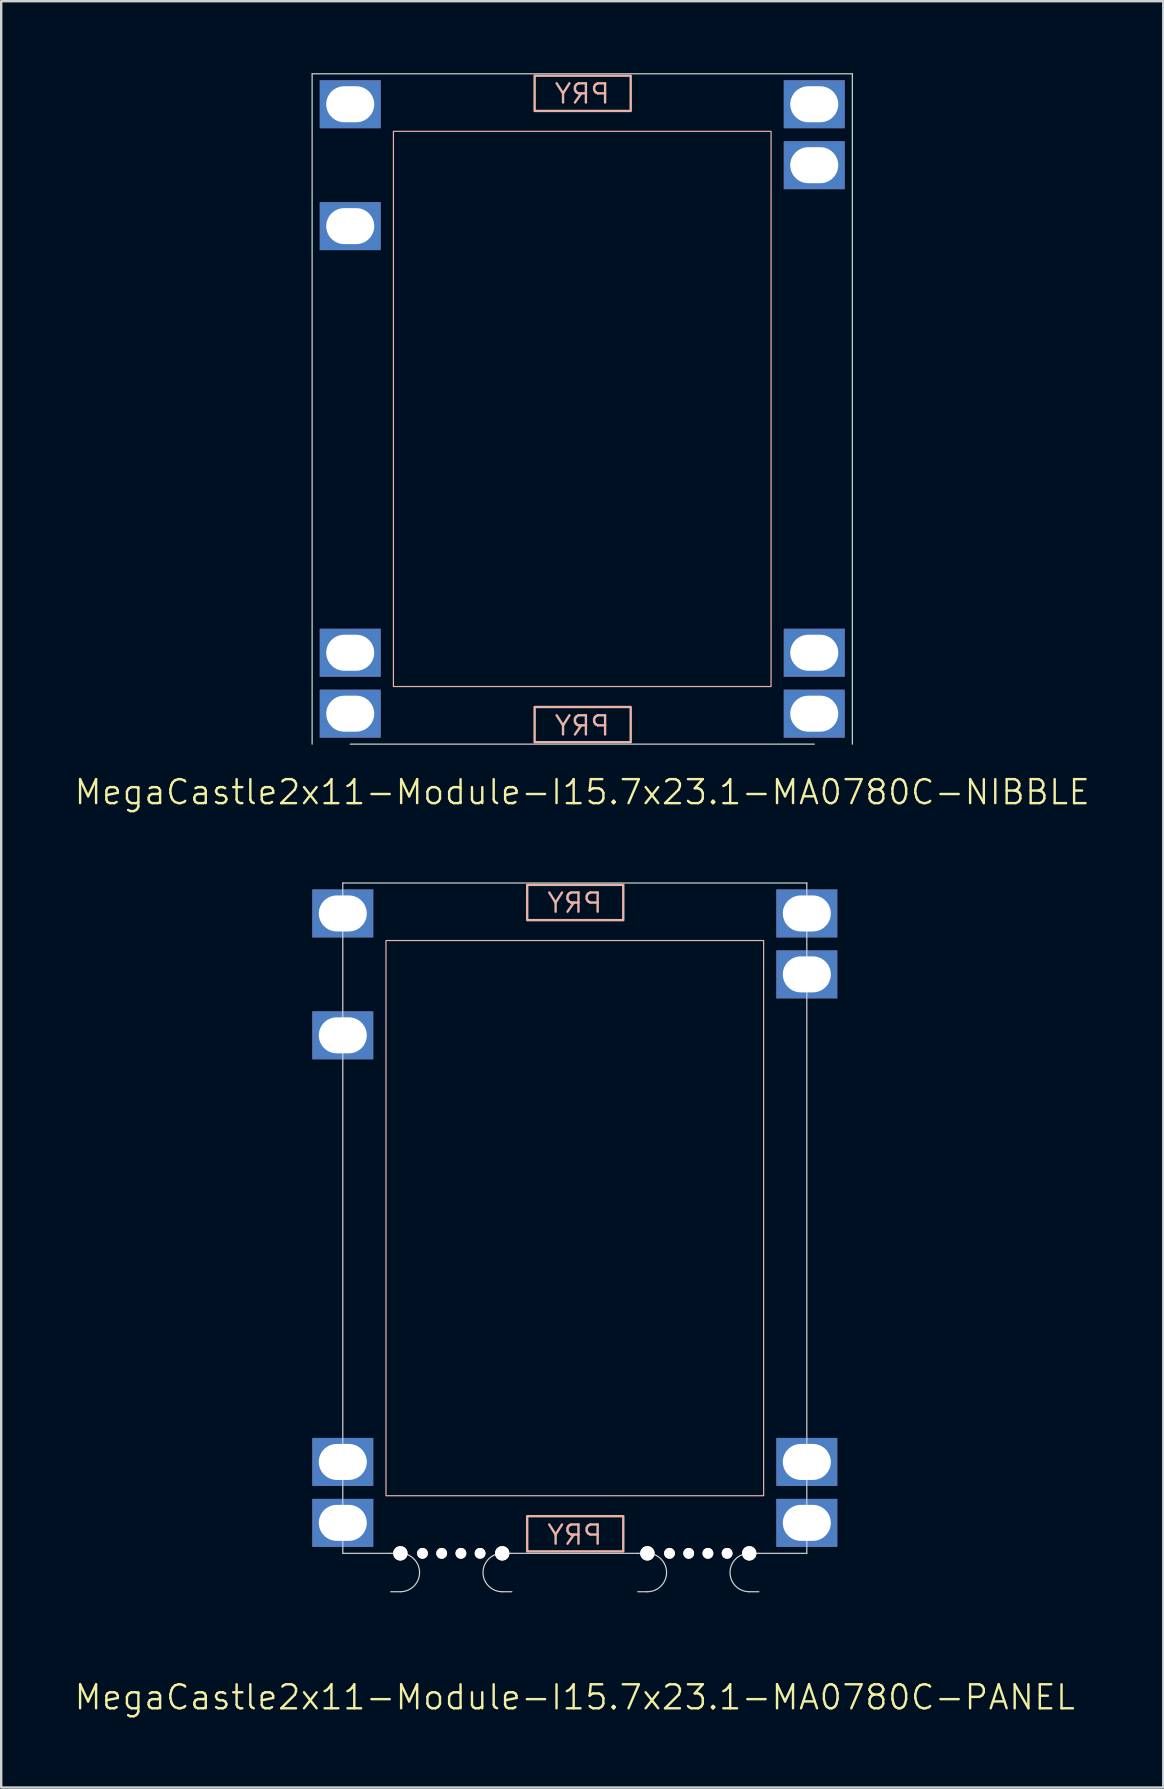
<source format=kicad_pcb>
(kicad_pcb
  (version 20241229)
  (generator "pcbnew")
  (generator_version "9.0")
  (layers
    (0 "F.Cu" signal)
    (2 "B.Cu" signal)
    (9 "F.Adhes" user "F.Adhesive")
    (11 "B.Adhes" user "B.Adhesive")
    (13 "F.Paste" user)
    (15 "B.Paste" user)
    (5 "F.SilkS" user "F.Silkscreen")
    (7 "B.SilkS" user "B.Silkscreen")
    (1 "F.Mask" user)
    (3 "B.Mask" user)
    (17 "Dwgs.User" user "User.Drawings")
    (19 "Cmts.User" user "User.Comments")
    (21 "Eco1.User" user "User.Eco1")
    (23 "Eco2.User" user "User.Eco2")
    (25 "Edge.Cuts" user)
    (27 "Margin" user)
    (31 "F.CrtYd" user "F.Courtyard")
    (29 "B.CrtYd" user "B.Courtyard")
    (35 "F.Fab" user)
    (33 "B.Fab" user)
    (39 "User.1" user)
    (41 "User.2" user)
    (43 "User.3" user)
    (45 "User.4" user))
  (footprint "MegaCastle2x11-Module-I15.7x23.1-MA0780C-PANEL"
    (layer "F.Cu")
    (at 20.907 47.721)
    (property "Reference" "MegaCastle2x11-Module-I15.7x23.1-MA0780C-PANEL" (at 0 19.97 0) (unlocked yes) (layer "F.SilkS") (effects (font (size 1 1) (thickness 0.1))))
    (attr smd)
    (fp_rect (start -7.87 11.57) (end 7.87 -11.57) (stroke (width 0.05) (type default)) (fill no) (layer "B.SilkS"))
    (fp_rect (start -1.984 -12.421) (end 2.02 -13.89) (stroke (width 0.1) (type default)) (fill no) (layer "B.SilkS"))
    (fp_rect (start -1.984 12.421) (end 2.02 13.89) (stroke (width 0.1) (type default)) (fill no) (layer "B.SilkS"))
    (fp_line (start -9.67 -13.97) (end -9.67 13.97) (stroke (width 0.05) (type default)) (layer "Edge.Cuts"))
    (fp_line (start -9.67 -13.97) (end 9.67 -13.97) (stroke (width 0.05) (type default)) (layer "Edge.Cuts"))
    (fp_line (start -9.67 13.97) (end -7.67 13.97) (stroke (width 0.05) (type default)) (layer "Edge.Cuts"))
    (fp_line (start -7.67 13.97) (end -7.27 13.97) (stroke (width 0.05) (type default)) (layer "Edge.Cuts"))
    (fp_line (start -7.67 15.57) (end -7.27 15.57) (stroke (width 0.05) (type default)) (layer "Edge.Cuts"))
    (fp_line (start -2.625 13.97) (end -3.025 13.97) (stroke (width 0.05) (type default)) (layer "Edge.Cuts"))
    (fp_line (start -2.625 13.97) (end 2.625 13.97) (stroke (width 0.05) (type default)) (layer "Edge.Cuts"))
    (fp_line (start -2.625 15.57) (end -3.025 15.57) (stroke (width 0.05) (type default)) (layer "Edge.Cuts"))
    (fp_line (start 2.625 13.97) (end 3.025 13.97) (stroke (width 0.05) (type default)) (layer "Edge.Cuts"))
    (fp_line (start 2.625 15.57) (end 3.025 15.57) (stroke (width 0.05) (type default)) (layer "Edge.Cuts"))
    (fp_line (start 7.67 13.97) (end 7.27 13.97) (stroke (width 0.05) (type default)) (layer "Edge.Cuts"))
    (fp_line (start 7.67 13.97) (end 9.67 13.97) (stroke (width 0.05) (type default)) (layer "Edge.Cuts"))
    (fp_line (start 7.67 15.57) (end 7.27 15.57) (stroke (width 0.05) (type default)) (layer "Edge.Cuts"))
    (fp_line (start 9.67 -13.97) (end 9.67 13.97) (stroke (width 0.05) (type default)) (layer "Edge.Cuts"))
    (fp_arc (start -7.27 13.97) (mid -6.47 14.77) (end -7.27 15.57) (stroke (width 0.05) (type default)) (layer "Edge.Cuts"))
    (fp_arc (start -3.025 15.57) (mid -3.825 14.77) (end -3.025 13.97) (stroke (width 0.05) (type default)) (layer "Edge.Cuts"))
    (fp_arc (start 3.025 13.97) (mid 3.825 14.77) (end 3.025 15.57) (stroke (width 0.05) (type default)) (layer "Edge.Cuts"))
    (fp_arc (start 7.27 15.57) (mid 6.47 14.77) (end 7.27 13.97) (stroke (width 0.05) (type default)) (layer "Edge.Cuts"))
    (fp_text user "PRY" (at 0 13.67 0) (unlocked yes) (layer "B.SilkS") (effects (font (size 0.8 0.8) (thickness 0.1)) (justify bottom mirror)))
    (fp_text user "PRY" (at 0 -12.67 0) (unlocked yes) (layer "B.SilkS") (effects (font (size 0.8 0.8) (thickness 0.1)) (justify bottom mirror)))
    (pad "" np_thru_hole circle (at -7.27 13.97) (size 0.6 0.6) (drill 0.6) (layers "*.Cu" "Edge.Cuts"))
    (pad "" np_thru_hole circle (at -6.348 13.97) (size 0.45 0.45) (drill 0.45) (layers "*.Cu" "Edge.Cuts"))
    (pad "" np_thru_hole circle (at -5.548 13.97) (size 0.45 0.45) (drill 0.45) (layers "*.Cu" "Edge.Cuts"))
    (pad "" np_thru_hole circle (at -4.747 13.97) (size 0.45 0.45) (drill 0.45) (layers "*.Cu" "Edge.Cuts"))
    (pad "" np_thru_hole circle (at -3.947 13.97) (size 0.45 0.45) (drill 0.45) (layers "*.Cu" "Edge.Cuts"))
    (pad "" np_thru_hole circle (at -3.025 13.97) (size 0.6 0.6) (drill 0.6) (layers "*.Cu" "Edge.Cuts"))
    (pad "" np_thru_hole circle (at 3.025 13.97) (size 0.6 0.6) (drill 0.6) (layers "*.Cu" "Edge.Cuts"))
    (pad "" np_thru_hole circle (at 3.947 13.97) (size 0.45 0.45) (drill 0.45) (layers "*.Cu" "Edge.Cuts"))
    (pad "" np_thru_hole circle (at 4.747 13.97) (size 0.45 0.45) (drill 0.45) (layers "*.Cu" "Edge.Cuts"))
    (pad "" np_thru_hole circle (at 5.548 13.97) (size 0.45 0.45) (drill 0.45) (layers "*.Cu" "Edge.Cuts"))
    (pad "" np_thru_hole circle (at 6.348 13.97) (size 0.45 0.45) (drill 0.45) (layers "*.Cu" "Edge.Cuts"))
    (pad "" np_thru_hole circle (at 7.27 13.97) (size 0.6 0.6) (drill 0.6) (layers "*.Cu" "Edge.Cuts"))
    (pad "1" thru_hole rect (at -9.67 -12.7) (size 2.54 2) (drill oval 2 1.5) (property pad_prop_castellated) (layers "*.Cu" "*.Mask"))
    (pad "3" thru_hole rect (at -9.67 -7.62) (size 2.54 2) (drill oval 2 1.5) (property pad_prop_castellated) (layers "*.Cu" "*.Mask"))
    (pad "10" thru_hole rect (at -9.67 10.16) (size 2.54 2) (drill oval 2 1.5) (property pad_prop_castellated) (layers "*.Cu" "*.Mask"))
    (pad "11" thru_hole rect (at -9.67 12.7) (size 2.54 2) (drill oval 2 1.5) (property pad_prop_castellated) (layers "*.Cu" "*.Mask"))
    (pad "12" thru_hole rect (at 9.67 -12.7) (size 2.54 2) (drill oval 2 1.5) (property pad_prop_castellated) (layers "*.Cu" "*.Mask"))
    (pad "13" thru_hole rect (at 9.67 -10.16) (size 2.54 2) (drill oval 2 1.5) (property pad_prop_castellated) (layers "*.Cu" "*.Mask"))
    (pad "21" thru_hole rect (at 9.67 10.16) (size 2.54 2) (drill oval 2 1.5) (property pad_prop_castellated) (layers "*.Cu" "*.Mask"))
    (pad "22" thru_hole rect (at 9.67 12.7) (size 2.54 2) (drill oval 2 1.5) (property pad_prop_castellated) (layers "*.Cu" "*.Mask"))
    (zone (net_name "") (layer "B.Cu") (hatch edge 0.5) (connect_pads) (min_thickness 0.25) (filled_areas_thickness no) (keepout (tracks allowed) (vias allowed) (pads allowed) (copperpour allowed) (footprints not_allowed)) (placement (enabled no)) (fill) (polygon (pts (xy 11.237 61.691) (xy 11.237 33.751) (xy 13.037 33.751) (xy 13.037 61.691))))
    (zone (net_name "") (layer "B.Cu") (hatch edge 0.5) (connect_pads) (min_thickness 0.25) (filled_areas_thickness no) (keepout (tracks allowed) (vias allowed) (pads allowed) (copperpour allowed) (footprints not_allowed)) (placement (enabled no)) (fill) (polygon (pts (xy 13.037 33.751) (xy 13.037 36.151) (xy 28.777 36.151) (xy 28.777 33.751))))
    (zone (net_name "") (layer "B.Cu") (hatch edge 0.5) (connect_pads) (min_thickness 0.25) (filled_areas_thickness no) (keepout (tracks allowed) (vias allowed) (pads allowed) (copperpour allowed) (footprints not_allowed)) (placement (enabled no)) (fill) (polygon (pts (xy 13.037 61.691) (xy 13.037 59.291) (xy 28.777 59.291) (xy 28.777 61.691))))
    (zone (net_name "") (layer "B.Cu") (name "Upper Pry Zone") (hatch edge 0.5) (connect_pads) (min_thickness 0.25) (filled_areas_thickness no) (keepout (tracks not_allowed) (vias not_allowed) (pads not_allowed) (copperpour allowed) (footprints not_allowed)) (placement (enabled no)) (fill) (polygon (pts (xy 18.923 35.299) (xy 18.923 33.831) (xy 22.927 33.831) (xy 22.927 35.299))))
    (zone (net_name "") (layer "B.Cu") (name "Upper Pry Zone") (hatch edge 0.5) (connect_pads) (min_thickness 0.25) (filled_areas_thickness no) (keepout (tracks not_allowed) (vias not_allowed) (pads not_allowed) (copperpour allowed) (footprints not_allowed)) (placement (enabled no)) (fill) (polygon (pts (xy 18.923 60.142) (xy 18.923 61.611) (xy 22.927 61.611) (xy 22.927 60.142))))
    (zone (net_name "") (layer "B.Cu") (hatch edge 0.5) (connect_pads) (min_thickness 0.25) (filled_areas_thickness no) (keepout (tracks allowed) (vias allowed) (pads allowed) (copperpour allowed) (footprints not_allowed)) (placement (enabled no)) (fill) (polygon (pts (xy 30.577 61.691) (xy 30.577 33.751) (xy 28.777 33.751) (xy 28.777 61.691)))))
  (footprint "MegaCastle2x11-Module-I15.7x23.1-MA0780C-NIBBLE"
    (layer "F.Cu")
    (at 21.217 13.995)
    (property "Reference" "MegaCastle2x11-Module-I15.7x23.1-MA0780C-NIBBLE" (at 0 15.97 0) (unlocked yes) (layer "F.SilkS") (effects (font (size 1 1) (thickness 0.1))))
    (attr smd)
    (fp_rect (start -7.87 11.57) (end 7.87 -11.57) (stroke (width 0.05) (type default)) (fill no) (layer "B.SilkS"))
    (fp_rect (start -1.984 -12.421) (end 2.02 -13.89) (stroke (width 0.1) (type default)) (fill no) (layer "B.SilkS"))
    (fp_rect (start -1.984 12.421) (end 2.02 13.89) (stroke (width 0.1) (type default)) (fill no) (layer "B.SilkS"))
    (fp_line (start -11.258 -13.97) (end -11.258 13.97) (stroke (width 0.05) (type default)) (layer "Edge.Cuts"))
    (fp_line (start -11.258 -13.97) (end 11.258 -13.97) (stroke (width 0.05) (type default)) (layer "Edge.Cuts"))
    (fp_line (start -9.67 13.97) (end 9.67 13.97) (stroke (width 0.05) (type default)) (layer "Edge.Cuts"))
    (fp_line (start 11.258 -13.97) (end 11.258 13.97) (stroke (width 0.05) (type default)) (layer "Edge.Cuts"))
    (fp_text user "PRY" (at 0 13.67 0) (unlocked yes) (layer "B.SilkS") (effects (font (size 0.8 0.8) (thickness 0.1)) (justify bottom mirror)))
    (fp_text user "PRY" (at 0 -12.67 0) (unlocked yes) (layer "B.SilkS") (effects (font (size 0.8 0.8) (thickness 0.1)) (justify bottom mirror)))
    (pad "1" thru_hole rect (at -9.67 -12.7) (size 2.54 2) (drill oval 2 1.5) (property pad_prop_castellated) (layers "*.Cu" "*.Mask"))
    (pad "3" thru_hole rect (at -9.67 -7.62) (size 2.54 2) (drill oval 2 1.5) (property pad_prop_castellated) (layers "*.Cu" "*.Mask"))
    (pad "10" thru_hole rect (at -9.67 10.16) (size 2.54 2) (drill oval 2 1.5) (property pad_prop_castellated) (layers "*.Cu" "*.Mask"))
    (pad "11" thru_hole rect (at -9.67 12.7) (size 2.54 2) (drill oval 2 1.5) (property pad_prop_castellated) (layers "*.Cu" "*.Mask"))
    (pad "12" thru_hole rect (at 9.67 -12.7) (size 2.54 2) (drill oval 2 1.5) (property pad_prop_castellated) (layers "*.Cu" "*.Mask"))
    (pad "13" thru_hole rect (at 9.67 -10.16) (size 2.54 2) (drill oval 2 1.5) (property pad_prop_castellated) (layers "*.Cu" "*.Mask"))
    (pad "21" thru_hole rect (at 9.67 10.16) (size 2.54 2) (drill oval 2 1.5) (property pad_prop_castellated) (layers "*.Cu" "*.Mask"))
    (pad "22" thru_hole rect (at 9.67 12.7) (size 2.54 2) (drill oval 2 1.5) (property pad_prop_castellated) (layers "*.Cu" "*.Mask"))
    (zone (net_name "") (layer "B.Cu") (hatch edge 0.5) (connect_pads) (min_thickness 0.25) (filled_areas_thickness no) (keepout (tracks allowed) (vias allowed) (pads allowed) (copperpour allowed) (footprints not_allowed)) (placement (enabled no)) (fill) (polygon (pts (xy 11.547 27.965) (xy 11.547 0.025) (xy 13.347 0.025) (xy 13.347 27.965))))
    (zone (net_name "") (layer "B.Cu") (hatch edge 0.5) (connect_pads) (min_thickness 0.25) (filled_areas_thickness no) (keepout (tracks allowed) (vias allowed) (pads allowed) (copperpour allowed) (footprints not_allowed)) (placement (enabled no)) (fill) (polygon (pts (xy 13.347 0.025) (xy 13.347 2.425) (xy 29.087 2.425) (xy 29.087 0.025))))
    (zone (net_name "") (layer "B.Cu") (hatch edge 0.5) (connect_pads) (min_thickness 0.25) (filled_areas_thickness no) (keepout (tracks allowed) (vias allowed) (pads allowed) (copperpour allowed) (footprints not_allowed)) (placement (enabled no)) (fill) (polygon (pts (xy 13.347 27.965) (xy 13.347 25.565) (xy 29.087 25.565) (xy 29.087 27.965))))
    (zone (net_name "") (layer "B.Cu") (name "Upper Pry Zone") (hatch edge 0.5) (connect_pads) (min_thickness 0.25) (filled_areas_thickness no) (keepout (tracks not_allowed) (vias not_allowed) (pads not_allowed) (copperpour allowed) (footprints not_allowed)) (placement (enabled no)) (fill) (polygon (pts (xy 19.232 1.574) (xy 19.232 0.105) (xy 23.236 0.105) (xy 23.236 1.574))))
    (zone (net_name "") (layer "B.Cu") (name "Upper Pry Zone") (hatch edge 0.5) (connect_pads) (min_thickness 0.25) (filled_areas_thickness no) (keepout (tracks not_allowed) (vias not_allowed) (pads not_allowed) (copperpour allowed) (footprints not_allowed)) (placement (enabled no)) (fill) (polygon (pts (xy 19.232 26.416) (xy 19.232 27.885) (xy 23.236 27.885) (xy 23.236 26.416))))
    (zone (net_name "") (layer "B.Cu") (hatch edge 0.5) (connect_pads) (min_thickness 0.25) (filled_areas_thickness no) (keepout (tracks allowed) (vias allowed) (pads allowed) (copperpour allowed) (footprints not_allowed)) (placement (enabled no)) (fill) (polygon (pts (xy 30.887 27.965) (xy 30.887 0.025) (xy 29.087 0.025) (xy 29.087 27.965)))))
  (gr_rect
    (start -3 -3)
    (end 45.433 71.451)
    (stroke (width 0.1) (type default))
    (fill no)
    (layer "Edge.Cuts")))
</source>
